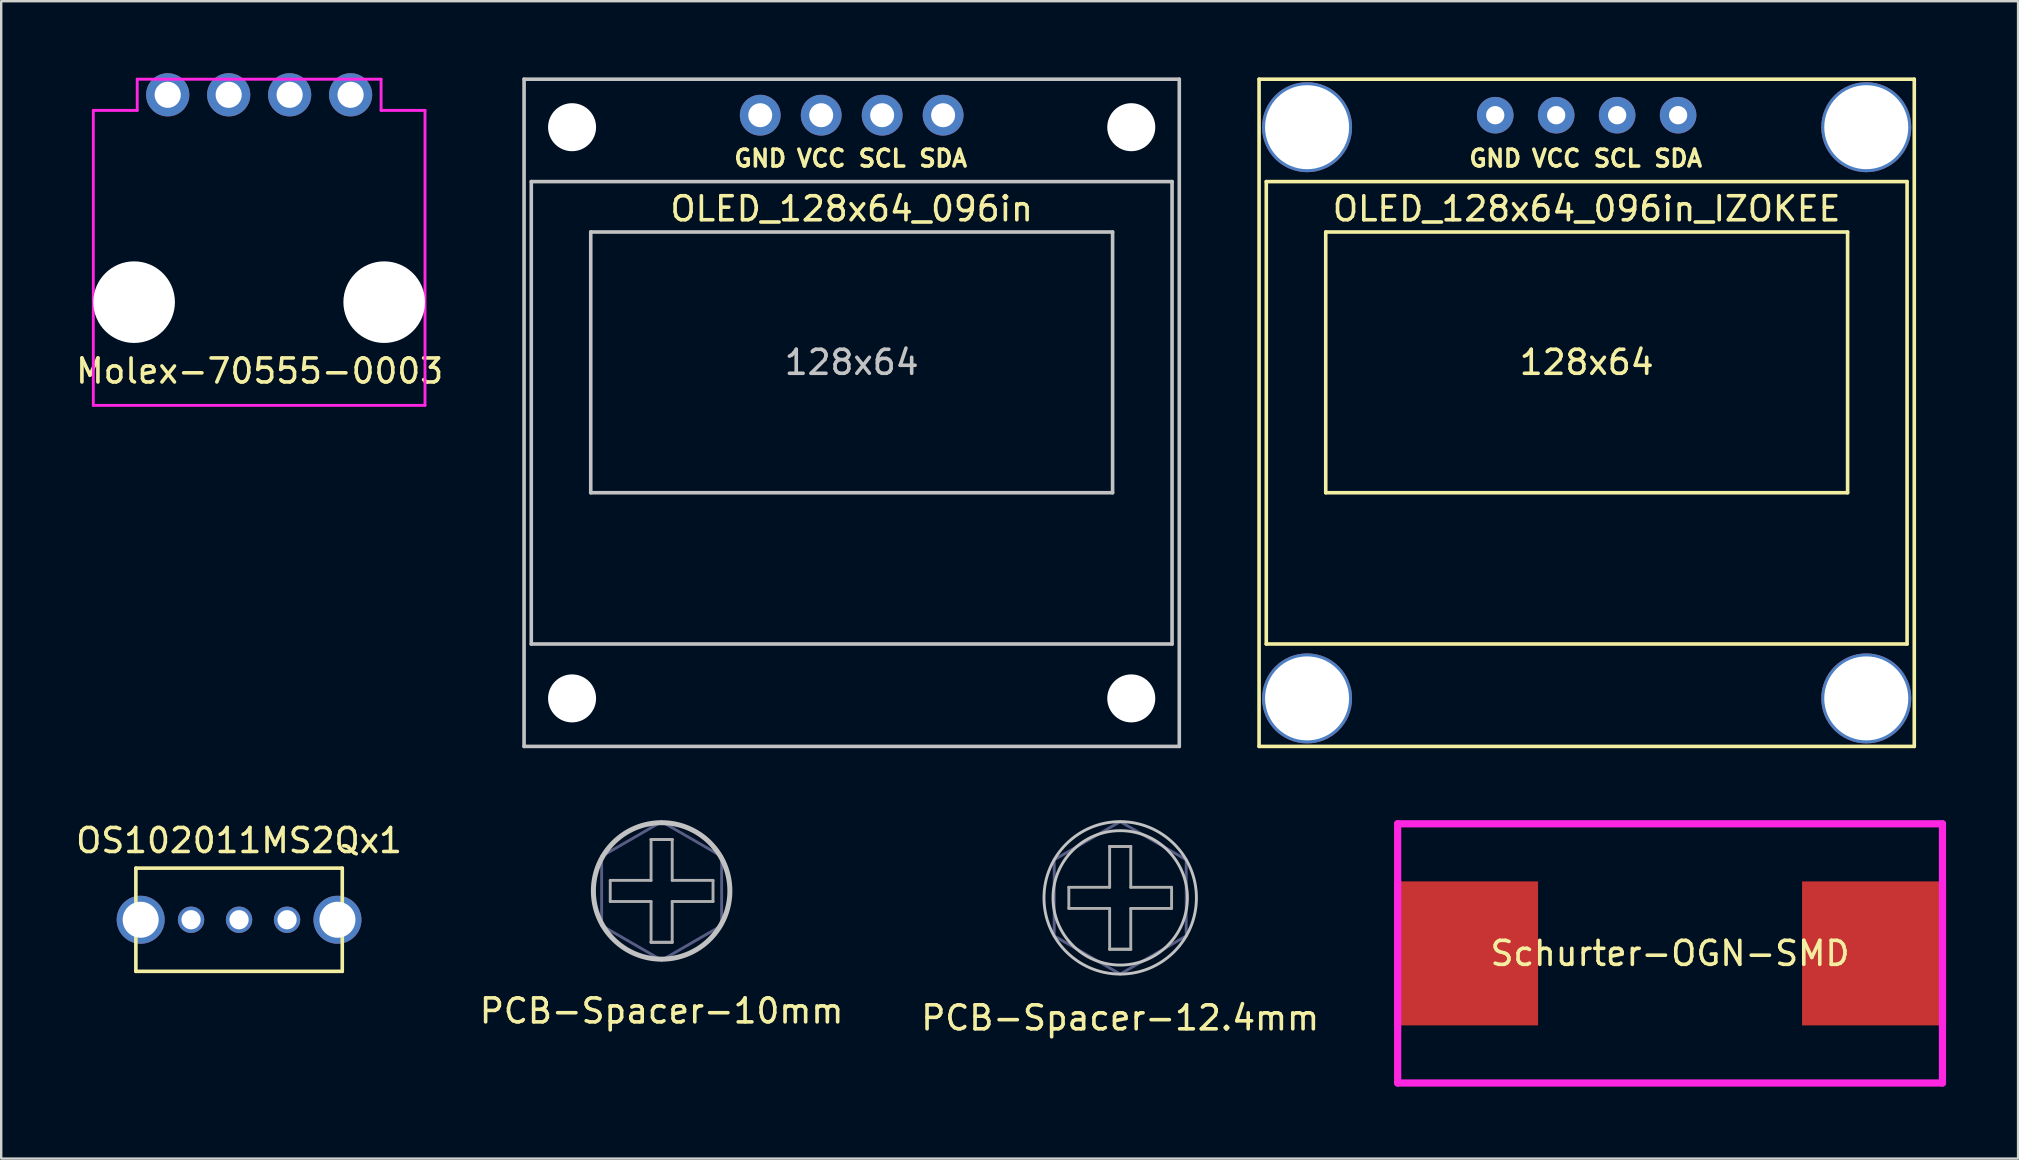
<source format=kicad_pcb>
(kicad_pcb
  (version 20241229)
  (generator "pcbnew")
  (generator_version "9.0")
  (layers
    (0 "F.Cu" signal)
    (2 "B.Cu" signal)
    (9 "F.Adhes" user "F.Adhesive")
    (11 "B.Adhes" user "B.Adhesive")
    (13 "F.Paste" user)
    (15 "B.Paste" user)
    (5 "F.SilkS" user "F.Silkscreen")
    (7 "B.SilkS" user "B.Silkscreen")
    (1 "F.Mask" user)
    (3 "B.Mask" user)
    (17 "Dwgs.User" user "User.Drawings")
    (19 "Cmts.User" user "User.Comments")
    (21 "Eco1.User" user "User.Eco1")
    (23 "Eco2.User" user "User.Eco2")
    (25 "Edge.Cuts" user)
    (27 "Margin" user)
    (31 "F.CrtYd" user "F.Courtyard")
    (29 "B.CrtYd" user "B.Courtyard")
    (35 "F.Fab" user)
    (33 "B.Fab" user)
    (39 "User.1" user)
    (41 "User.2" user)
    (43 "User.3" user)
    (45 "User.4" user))
  (footprint "Molex-70555-0003"
    (layer "F.Cu")
    (at 7.748 0.9)
    (property "Reference" "Molex-70555-0003" (at 0.02 11.51 0) (layer "F.SilkS") (effects (font (size 1 1) (thickness 0.15))))
    (attr through_hole)
    (fp_line (start -6.91 0.65) (end -6.91 12.94) (stroke (width 0.12) (type solid)) (layer "F.CrtYd"))
    (fp_line (start -6.91 0.65) (end -5.08 0.65) (stroke (width 0.12) (type solid)) (layer "F.CrtYd"))
    (fp_line (start -6.91 12.94) (end 6.91 12.94) (stroke (width 0.12) (type solid)) (layer "F.CrtYd"))
    (fp_line (start -5.08 -0.65) (end -5.08 0.65) (stroke (width 0.12) (type solid)) (layer "F.CrtYd"))
    (fp_line (start -5.08 -0.65) (end 5.08 -0.65) (stroke (width 0.12) (type solid)) (layer "F.CrtYd"))
    (fp_line (start 5.08 -0.65) (end 5.08 0.65) (stroke (width 0.12) (type solid)) (layer "F.CrtYd"))
    (fp_line (start 5.08 0.65) (end 6.91 0.65) (stroke (width 0.12) (type solid)) (layer "F.CrtYd"))
    (fp_line (start 6.91 0.65) (end 6.91 12.94) (stroke (width 0.12) (type solid)) (layer "F.CrtYd"))
    (pad "" np_thru_hole circle (at -5.21 8.64 90) (size 3.4 3.4) (drill 3.4) (layers "*.Cu" "*.Mask"))
    (pad "" np_thru_hole circle (at 5.21 8.64 90) (size 3.4 3.4) (drill 3.4) (layers "*.Cu" "*.Mask"))
    (pad "1" thru_hole circle (at 3.81 0) (size 1.8 1.8) (drill 1.09) (layers "*.Cu" "*.Mask"))
    (pad "2" thru_hole circle (at 1.27 0) (size 1.8 1.8) (drill 1.09) (layers "*.Cu" "*.Mask"))
    (pad "3" thru_hole circle (at -1.27 0) (size 1.8 1.8) (drill 1.09) (layers "*.Cu" "*.Mask"))
    (pad "4" thru_hole circle (at -3.81 0 90) (size 1.8 1.8) (drill 1.09) (layers "*.Cu" "*.Mask")))
  (footprint "OS102011MS2Qx1"
    (layer "F.Cu")
    (at 6.911 35.273)
    (property "Reference" "OS102011MS2Qx1" (at 0 -3.3 0) (layer "F.SilkS") (effects (font (size 1 1) (thickness 0.15))))
    (attr through_hole)
    (fp_line (start -4.3 -2.15) (end 4.3 -2.15) (stroke (width 0.15) (type solid)) (layer "F.SilkS"))
    (fp_line (start -4.3 2.15) (end -4.3 -2.15) (stroke (width 0.15) (type solid)) (layer "F.SilkS"))
    (fp_line (start 4.3 -2.15) (end 4.3 2.15) (stroke (width 0.15) (type solid)) (layer "F.SilkS"))
    (fp_line (start 4.3 2.15) (end -4.3 2.15) (stroke (width 0.15) (type solid)) (layer "F.SilkS"))
    (pad "" np_thru_hole circle (at -4.1 0) (size 2 2) (drill 1.5) (layers "*.Cu" "*.Mask"))
    (pad "" np_thru_hole circle (at 4.1 0) (size 2 2) (drill 1.5) (layers "*.Cu" "*.Mask"))
    (pad "1" thru_hole circle (at -2 0) (size 1.1 1.1) (drill 0.8) (layers "*.Cu" "*.Mask"))
    (pad "2" thru_hole circle (at 0 0) (size 1.1 1.1) (drill 0.8) (layers "*.Cu" "*.Mask"))
    (pad "3" thru_hole circle (at 2 0) (size 1.1 1.1) (drill 0.8) (layers "*.Cu" "*.Mask")))
  (footprint "OLED_128x64_096in_IZOKEE"
    (layer "F.Cu")
    (at 49.411 0.25)
    (property "Reference" "OLED_128x64_096in_IZOKEE" (at 13.65 5.4 0) (layer "F.SilkS") (effects (font (size 1 1) (thickness 0.15))))
    (attr through_hole)
    (fp_line (start 0 0) (end 27.3 0) (stroke (width 0.15) (type solid)) (layer "F.SilkS"))
    (fp_line (start 0 27.8) (end 0 0) (stroke (width 0.15) (type solid)) (layer "F.SilkS"))
    (fp_line (start 0.3 4.266) (end 0.3 23.534) (stroke (width 0.15) (type solid)) (layer "F.SilkS"))
    (fp_line (start 0.3 4.266) (end 27 4.266) (stroke (width 0.15) (type solid)) (layer "F.SilkS"))
    (fp_line (start 0.3 23.534) (end 27 23.534) (stroke (width 0.15) (type solid)) (layer "F.SilkS"))
    (fp_line (start 2.778 6.366) (end 2.778 17.23) (stroke (width 0.15) (type solid)) (layer "F.SilkS"))
    (fp_line (start 2.778 6.366) (end 24.522 6.366) (stroke (width 0.15) (type solid)) (layer "F.SilkS"))
    (fp_line (start 2.778 17.23) (end 24.522 17.23) (stroke (width 0.15) (type solid)) (layer "F.SilkS"))
    (fp_line (start 24.522 17.23) (end 24.522 6.366) (stroke (width 0.15) (type solid)) (layer "F.SilkS"))
    (fp_line (start 27 4.266) (end 27 23.534) (stroke (width 0.15) (type solid)) (layer "F.SilkS"))
    (fp_line (start 27.3 27.8) (end 0 27.8) (stroke (width 0.15) (type solid)) (layer "F.SilkS"))
    (fp_line (start 27.3 27.8) (end 27.3 0) (stroke (width 0.15) (type solid)) (layer "F.SilkS"))
    (fp_text user "SCL" (at 14.92 3.3 0) (layer "F.SilkS") (effects (font (size 0.7 0.7) (thickness 0.15))))
    (fp_text user "GND" (at 9.84 3.3 0) (layer "F.SilkS") (effects (font (size 0.7 0.7) (thickness 0.15))))
    (fp_text user "SDA" (at 17.46 3.3 0) (layer "F.SilkS") (effects (font (size 0.7 0.7) (thickness 0.15))))
    (fp_text user "128x64" (at 13.65 11.798 0) (layer "F.SilkS") (effects (font (size 1 1) (thickness 0.15))))
    (fp_text user "VCC" (at 12.38 3.3 0) (layer "F.SilkS") (effects (font (size 0.7 0.7) (thickness 0.15))))
    (pad "" np_thru_hole circle (at 2 2) (size 3.75 3.75) (drill 3.5) (layers "*.Cu" "*.Mask"))
    (pad "" np_thru_hole circle (at 2 25.8) (size 3.75 3.75) (drill 3.5) (layers "*.Cu" "*.Mask"))
    (pad "" np_thru_hole circle (at 25.3 2) (size 3.75 3.75) (drill 3.5) (layers "*.Cu" "*.Mask"))
    (pad "" np_thru_hole circle (at 25.3 25.8) (size 3.75 3.75) (drill 3.5) (layers "*.Cu" "*.Mask"))
    (pad "1" thru_hole circle (at 9.84 1.5) (size 1.524 1.524) (drill 0.762) (layers "*.Cu" "*.Mask"))
    (pad "2" thru_hole circle (at 12.38 1.5) (size 1.524 1.524) (drill 0.762) (layers "*.Cu" "*.Mask"))
    (pad "3" thru_hole circle (at 14.92 1.5) (size 1.524 1.524) (drill 0.762) (layers "*.Cu" "*.Mask"))
    (pad "4" thru_hole circle (at 17.46 1.5) (size 1.524 1.524) (drill 0.762) (layers "*.Cu" "*.Mask")))
  (footprint "PCB-Spacer-10mm"
    (layer "F.Cu")
    (at 24.518 34.072)
    (property "Reference" "PCB-Spacer-10mm" (at 0 5 0) (layer "F.SilkS") (effects (font (size 1 1) (thickness 0.15))))
    (attr through_hole)
    (fp_circle (center 0 0) (end 2.8 0) (stroke (width 0.12) (type solid)) (fill no) (layer "Dwgs.User"))
    (fp_circle (center 0 0) (end 2.887 0) (stroke (width 0.12) (type solid)) (fill no) (layer "Dwgs.User"))
    (fp_line (start -2.5 -1.443) (end 0 -2.887) (stroke (width 0.12) (type solid)) (layer "B.Fab"))
    (fp_line (start -2.5 1.443) (end -2.5 -1.443) (stroke (width 0.12) (type solid)) (layer "B.Fab"))
    (fp_line (start -2.5 1.443) (end 0 2.887) (stroke (width 0.12) (type solid)) (layer "B.Fab"))
    (fp_line (start 0 -2.887) (end 2.5 -1.443) (stroke (width 0.12) (type solid)) (layer "B.Fab"))
    (fp_line (start 2.5 1.443) (end 0 2.887) (stroke (width 0.12) (type solid)) (layer "B.Fab"))
    (fp_line (start 2.5 1.443) (end 2.5 -1.443) (stroke (width 0.12) (type solid)) (layer "B.Fab"))
    (fp_line (start -2.141 -0.44) (end -2.141 0.44) (stroke (width 0.12) (type solid)) (layer "F.Fab"))
    (fp_line (start -2.141 0.44) (end -0.44 0.44) (stroke (width 0.12) (type solid)) (layer "F.Fab"))
    (fp_line (start -0.44 -2.141) (end 0.44 -2.141) (stroke (width 0.12) (type solid)) (layer "F.Fab"))
    (fp_line (start -0.44 -2.141) (end 0.44 -2.141) (stroke (width 0.12) (type solid)) (layer "F.Fab"))
    (fp_line (start -0.44 -0.44) (end -2.141 -0.44) (stroke (width 0.12) (type solid)) (layer "F.Fab"))
    (fp_line (start -0.44 -0.44) (end -0.44 -2.141) (stroke (width 0.12) (type solid)) (layer "F.Fab"))
    (fp_line (start -0.44 2.141) (end -0.44 0.44) (stroke (width 0.12) (type solid)) (layer "F.Fab"))
    (fp_line (start 0.44 -2.141) (end 0.44 -0.44) (stroke (width 0.12) (type solid)) (layer "F.Fab"))
    (fp_line (start 0.44 0.44) (end 0.44 2.141) (stroke (width 0.12) (type solid)) (layer "F.Fab"))
    (fp_line (start 0.44 0.44) (end 2.141 0.44) (stroke (width 0.12) (type solid)) (layer "F.Fab"))
    (fp_line (start 0.44 2.141) (end -0.44 2.141) (stroke (width 0.12) (type solid)) (layer "F.Fab"))
    (fp_line (start 0.44 2.141) (end -0.44 2.141) (stroke (width 0.12) (type solid)) (layer "F.Fab"))
    (fp_line (start 2.141 -0.44) (end 0.44 -0.44) (stroke (width 0.12) (type solid)) (layer "F.Fab"))
    (fp_line (start 2.141 -0.44) (end 2.141 0.44) (stroke (width 0.12) (type solid)) (layer "F.Fab")))
  (footprint "OLED_128x64_096in"
    (layer "F.Cu")
    (at 18.786 0.25)
    (property "Reference" "OLED_128x64_096in" (at 13.65 5.4 0) (layer "F.SilkS") (effects (font (size 1 1) (thickness 0.15))))
    (attr through_hole)
    (fp_line (start 0 0) (end 27.3 0) (stroke (width 0.15) (type solid)) (layer "Dwgs.User"))
    (fp_line (start 0 27.8) (end 0 0) (stroke (width 0.15) (type solid)) (layer "Dwgs.User"))
    (fp_line (start 0.3 4.266) (end 0.3 23.534) (stroke (width 0.15) (type solid)) (layer "Dwgs.User"))
    (fp_line (start 0.3 4.266) (end 27 4.266) (stroke (width 0.15) (type solid)) (layer "Dwgs.User"))
    (fp_line (start 0.3 23.534) (end 27 23.534) (stroke (width 0.15) (type solid)) (layer "Dwgs.User"))
    (fp_line (start 2.778 6.366) (end 2.778 17.23) (stroke (width 0.15) (type solid)) (layer "Dwgs.User"))
    (fp_line (start 2.778 6.366) (end 24.522 6.366) (stroke (width 0.15) (type solid)) (layer "Dwgs.User"))
    (fp_line (start 2.778 17.23) (end 24.522 17.23) (stroke (width 0.15) (type solid)) (layer "Dwgs.User"))
    (fp_line (start 24.522 17.23) (end 24.522 6.366) (stroke (width 0.15) (type solid)) (layer "Dwgs.User"))
    (fp_line (start 27 4.266) (end 27 23.534) (stroke (width 0.15) (type solid)) (layer "Dwgs.User"))
    (fp_line (start 27.3 27.8) (end 0 27.8) (stroke (width 0.15) (type solid)) (layer "Dwgs.User"))
    (fp_line (start 27.3 27.8) (end 27.3 0) (stroke (width 0.15) (type solid)) (layer "Dwgs.User"))
    (fp_text user "SCL" (at 14.92 3.3 0) (layer "F.SilkS") (effects (font (size 0.7 0.7) (thickness 0.15))))
    (fp_text user "VCC" (at 12.38 3.3 0) (layer "F.SilkS") (effects (font (size 0.7 0.7) (thickness 0.15))))
    (fp_text user "SDA" (at 17.46 3.3 0) (layer "F.SilkS") (effects (font (size 0.7 0.7) (thickness 0.15))))
    (fp_text user "GND" (at 9.84 3.3 0) (layer "F.SilkS") (effects (font (size 0.7 0.7) (thickness 0.15))))
    (fp_text user "128x64" (at 13.65 11.798 0) (layer "Dwgs.User") (effects (font (size 1 1) (thickness 0.15))))
    (pad "" np_thru_hole circle (at 2 2) (size 2 2) (drill 2) (layers "*.Cu" "*.Mask"))
    (pad "" np_thru_hole circle (at 2 25.8) (size 2 2) (drill 2) (layers "*.Cu" "*.Mask"))
    (pad "" np_thru_hole circle (at 25.3 2) (size 2 2) (drill 2) (layers "*.Cu" "*.Mask"))
    (pad "" np_thru_hole circle (at 25.3 25.8) (size 2 2) (drill 2) (layers "*.Cu" "*.Mask"))
    (pad "1" thru_hole circle (at 9.84 1.5) (size 1.7 1.7) (drill 1) (layers "*.Cu" "*.Mask"))
    (pad "2" thru_hole circle (at 12.38 1.5) (size 1.7 1.7) (drill 1) (layers "*.Cu" "*.Mask"))
    (pad "3" thru_hole circle (at 14.92 1.5) (size 1.7 1.7) (drill 1) (layers "*.Cu" "*.Mask"))
    (pad "4" thru_hole circle (at 17.46 1.5) (size 1.7 1.7) (drill 1) (layers "*.Cu" "*.Mask")))
  (footprint "Schurter-OGN-SMD"
    (layer "F.Cu")
    (at 66.536 36.675)
    (property "Reference" "Schurter-OGN-SMD" (at 0 0 0) (layer "F.SilkS") (effects (font (size 1 1) (thickness 0.15))))
    (attr through_hole)
    (fp_line (start -11.35 -5.4) (end 11.35 -5.4) (stroke (width 0.3) (type solid)) (layer "F.CrtYd"))
    (fp_line (start -11.35 5.4) (end -11.35 -5.4) (stroke (width 0.3) (type solid)) (layer "F.CrtYd"))
    (fp_line (start -11.35 5.4) (end 11.35 5.4) (stroke (width 0.3) (type solid)) (layer "F.CrtYd"))
    (fp_line (start 11.35 5.4) (end 11.35 -5.4) (stroke (width 0.3) (type solid)) (layer "F.CrtYd"))
    (pad "1" smd rect (at -8.5 0) (size 6 6) (layers "F.Cu" "F.Mask" "F.Paste"))
    (pad "2" smd rect (at 8.5 0) (size 6 6) (layers "F.Cu" "F.Mask" "F.Paste")))
  (footprint "PCB-Spacer-12.4mm"
    (layer "F.Cu")
    (at 43.625 34.361)
    (property "Reference" "PCB-Spacer-12.4mm" (at 0 5 0) (layer "F.SilkS") (effects (font (size 1 1) (thickness 0.15))))
    (attr through_hole)
    (fp_circle (center 0 0) (end 2.8 0) (stroke (width 0.12) (type solid)) (fill no) (layer "Dwgs.User"))
    (fp_circle (center 0 0) (end 3.176 0) (stroke (width 0.12) (type solid)) (fill no) (layer "Dwgs.User"))
    (fp_line (start -2.75 -1.588) (end 0 -3.176) (stroke (width 0.12) (type solid)) (layer "B.Fab"))
    (fp_line (start -2.75 1.588) (end -2.75 -1.588) (stroke (width 0.12) (type solid)) (layer "B.Fab"))
    (fp_line (start -2.75 1.588) (end 0 3.176) (stroke (width 0.12) (type solid)) (layer "B.Fab"))
    (fp_line (start 0 -3.176) (end 2.75 -1.588) (stroke (width 0.12) (type solid)) (layer "B.Fab"))
    (fp_line (start 0 3.176) (end 2.75 1.588) (stroke (width 0.12) (type solid)) (layer "B.Fab"))
    (fp_line (start 2.75 1.588) (end 2.75 -1.588) (stroke (width 0.12) (type solid)) (layer "B.Fab"))
    (fp_line (start -2.141 -0.44) (end -2.141 0.44) (stroke (width 0.12) (type solid)) (layer "F.Fab"))
    (fp_line (start -2.141 0.44) (end -0.44 0.44) (stroke (width 0.12) (type solid)) (layer "F.Fab"))
    (fp_line (start -0.44 -2.141) (end 0.44 -2.141) (stroke (width 0.12) (type solid)) (layer "F.Fab"))
    (fp_line (start -0.44 -2.141) (end 0.44 -2.141) (stroke (width 0.12) (type solid)) (layer "F.Fab"))
    (fp_line (start -0.44 -0.44) (end -2.141 -0.44) (stroke (width 0.12) (type solid)) (layer "F.Fab"))
    (fp_line (start -0.44 -0.44) (end -0.44 -2.141) (stroke (width 0.12) (type solid)) (layer "F.Fab"))
    (fp_line (start -0.44 2.141) (end -0.44 0.44) (stroke (width 0.12) (type solid)) (layer "F.Fab"))
    (fp_line (start 0.44 -2.141) (end 0.44 -0.44) (stroke (width 0.12) (type solid)) (layer "F.Fab"))
    (fp_line (start 0.44 0.44) (end 0.44 2.141) (stroke (width 0.12) (type solid)) (layer "F.Fab"))
    (fp_line (start 0.44 0.44) (end 2.141 0.44) (stroke (width 0.12) (type solid)) (layer "F.Fab"))
    (fp_line (start 0.44 2.141) (end -0.44 2.141) (stroke (width 0.12) (type solid)) (layer "F.Fab"))
    (fp_line (start 0.44 2.141) (end -0.44 2.141) (stroke (width 0.12) (type solid)) (layer "F.Fab"))
    (fp_line (start 2.141 -0.44) (end 0.44 -0.44) (stroke (width 0.12) (type solid)) (layer "F.Fab"))
    (fp_line (start 2.141 -0.44) (end 2.141 0.44) (stroke (width 0.12) (type solid)) (layer "F.Fab")))
  (gr_rect
    (start -3 -3)
    (end 81.036 45.225)
    (stroke (width 0.1) (type default))
    (fill no)
    (layer "Edge.Cuts")))
</source>
